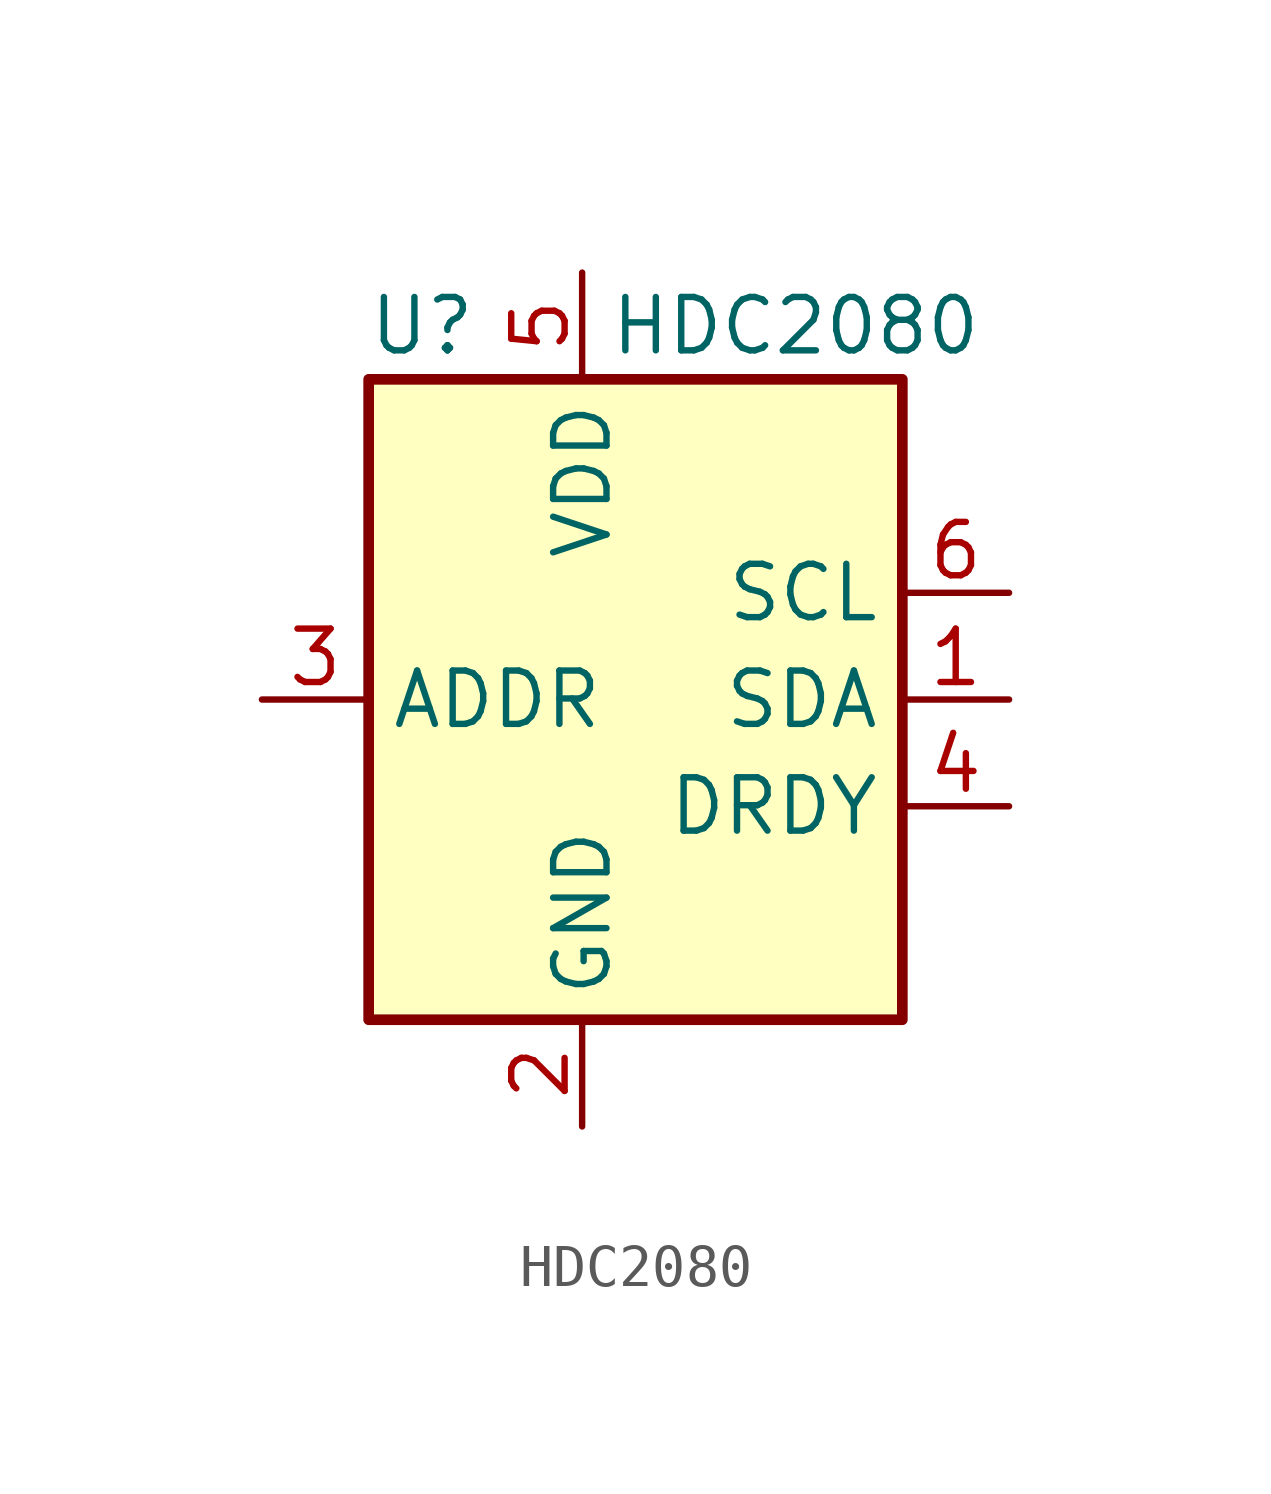
<source format=kicad_sym>
(kicad_symbol_lib
  (version 20201005)
  (generator kicad_symbol_editor)
  (symbol "HDC2080"
    (property "Reference" "U"
      (at -6.35 8.89 0)
      (effects (font (size 1.27 1.27))))
    (property "Value" "HDC2080"
      (at 2.54 8.89 0)
      (effects (font (size 1.27 1.27))))
    (symbol "HDC2080_0_1"
      (rectangle (start -7.62 7.62) (end 5.08 -7.62) (stroke (width 0.254)) (fill (type background))))
    (symbol "HDC2080_1_1"
      (pin bidirectional line (at 7.62 0 180) (length 2.54) (name "SDA" (effects (font (size 1.27 1.27)))) (number "1" (effects (font (size 1.27 1.27)))))
      (pin power_in line (at -2.54 -10.16 90) (length 2.54) (name "GND" (effects (font (size 1.27 1.27)))) (number "2" (effects (font (size 1.27 1.27)))))
      (pin input line (at -10.16 0 0) (length 2.54) (name "ADDR" (effects (font (size 1.27 1.27)))) (number "3" (effects (font (size 1.27 1.27)))))
      (pin output line (at 7.62 -2.54 180) (length 2.54) (name "DRDY" (effects (font (size 1.27 1.27)))) (number "4" (effects (font (size 1.27 1.27)))))
      (pin power_in line (at -2.54 10.16 270) (length 2.54) (name "VDD" (effects (font (size 1.27 1.27)))) (number "5" (effects (font (size 1.27 1.27)))))
      (pin input line (at 7.62 2.54 180) (length 2.54) (name "SCL" (effects (font (size 1.27 1.27)))) (number "6" (effects (font (size 1.27 1.27)))))
      (pin no_connect line (at -10.16 -2.54 0) (length 2.54) hide (name "PAD" (effects (font (size 1.27 1.27)))) (number "7" (effects (font (size 1.27 1.27))))))))
</source>
